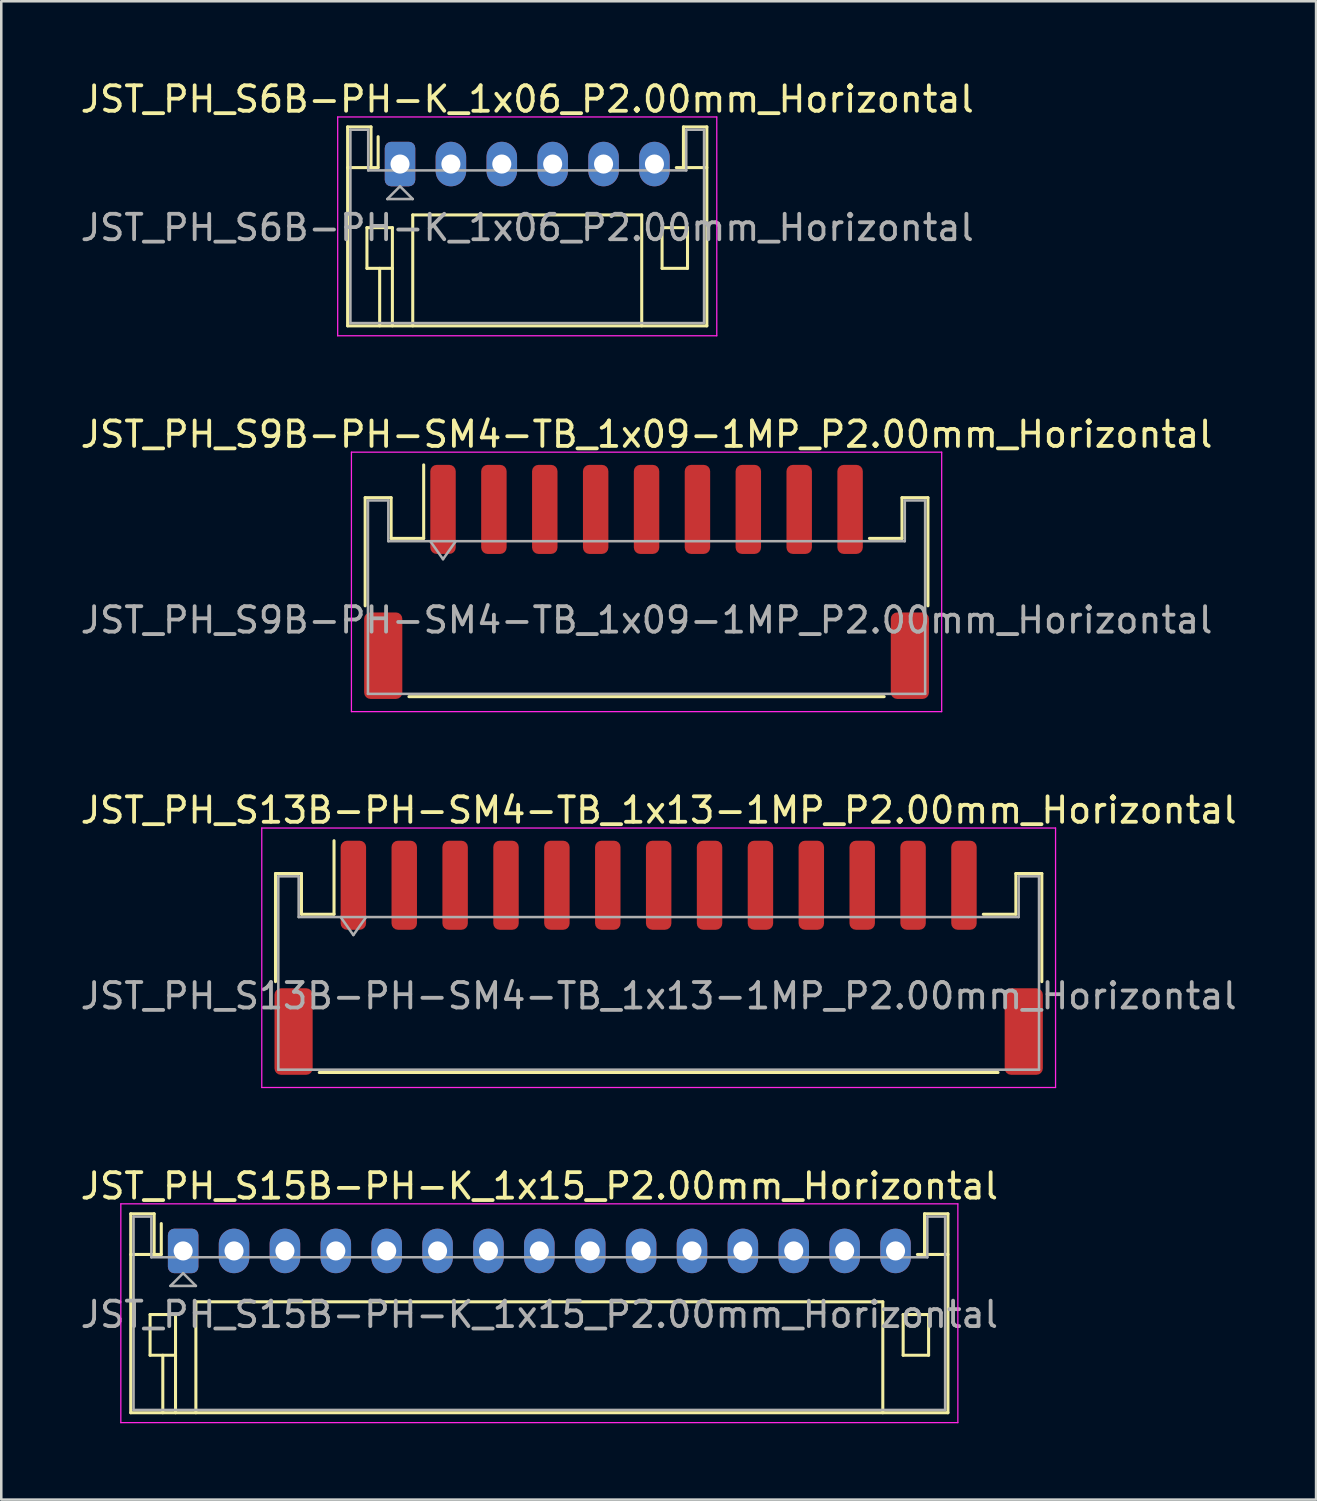
<source format=kicad_pcb>
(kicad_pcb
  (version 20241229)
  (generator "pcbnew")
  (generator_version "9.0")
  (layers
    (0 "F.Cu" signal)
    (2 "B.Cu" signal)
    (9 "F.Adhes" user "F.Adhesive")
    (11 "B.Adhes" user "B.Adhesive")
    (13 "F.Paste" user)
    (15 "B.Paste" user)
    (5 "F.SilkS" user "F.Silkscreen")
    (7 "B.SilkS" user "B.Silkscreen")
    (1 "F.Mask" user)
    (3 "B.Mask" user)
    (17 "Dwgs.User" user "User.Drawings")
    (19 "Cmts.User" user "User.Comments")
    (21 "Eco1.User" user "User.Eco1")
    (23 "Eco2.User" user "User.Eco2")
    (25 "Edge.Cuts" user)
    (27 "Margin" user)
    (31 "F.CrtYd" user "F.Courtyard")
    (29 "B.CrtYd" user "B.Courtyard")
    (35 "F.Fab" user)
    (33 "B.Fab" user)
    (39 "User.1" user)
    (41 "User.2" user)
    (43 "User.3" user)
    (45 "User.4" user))
  (footprint "JST_PH_S13B-PH-SM4-TB_1x13-1MP_P2.00mm_Horizontal"
    (layer "F.Cu")
    (at 22.839 34.595)
    (property "Reference" "JST_PH_S13B-PH-SM4-TB_1x13-1MP_P2.00mm_Horizontal" (at 0 -5.8 0) (layer "F.SilkS") (effects (font (size 1 1) (thickness 0.15))))
    (attr smd)
    (fp_line (start -15.06 -3.31) (end -14.04 -3.31) (stroke (width 0.12) (type solid)) (layer "F.SilkS"))
    (fp_line (start -15.06 0.94) (end -15.06 -3.31) (stroke (width 0.12) (type solid)) (layer "F.SilkS"))
    (fp_line (start -14.04 -3.31) (end -14.04 -1.71) (stroke (width 0.12) (type solid)) (layer "F.SilkS"))
    (fp_line (start -14.04 -1.71) (end -12.76 -1.71) (stroke (width 0.12) (type solid)) (layer "F.SilkS"))
    (fp_line (start -13.34 4.51) (end 13.34 4.51) (stroke (width 0.12) (type solid)) (layer "F.SilkS"))
    (fp_line (start -12.76 -1.71) (end -12.76 -4.6) (stroke (width 0.12) (type solid)) (layer "F.SilkS"))
    (fp_line (start 14.04 -3.31) (end 14.04 -1.71) (stroke (width 0.12) (type solid)) (layer "F.SilkS"))
    (fp_line (start 14.04 -1.71) (end 12.76 -1.71) (stroke (width 0.12) (type solid)) (layer "F.SilkS"))
    (fp_line (start 15.06 -3.31) (end 14.04 -3.31) (stroke (width 0.12) (type solid)) (layer "F.SilkS"))
    (fp_line (start 15.06 0.94) (end 15.06 -3.31) (stroke (width 0.12) (type solid)) (layer "F.SilkS"))
    (fp_line (start -15.6 -5.1) (end -15.6 5.1) (stroke (width 0.05) (type solid)) (layer "F.CrtYd"))
    (fp_line (start -15.6 5.1) (end 15.6 5.1) (stroke (width 0.05) (type solid)) (layer "F.CrtYd"))
    (fp_line (start 15.6 -5.1) (end -15.6 -5.1) (stroke (width 0.05) (type solid)) (layer "F.CrtYd"))
    (fp_line (start 15.6 5.1) (end 15.6 -5.1) (stroke (width 0.05) (type solid)) (layer "F.CrtYd"))
    (fp_line (start -14.95 -3.2) (end -14.95 4.4) (stroke (width 0.1) (type solid)) (layer "F.Fab"))
    (fp_line (start -14.95 -3.2) (end -14.15 -3.2) (stroke (width 0.1) (type solid)) (layer "F.Fab"))
    (fp_line (start -14.95 4.4) (end 14.95 4.4) (stroke (width 0.1) (type solid)) (layer "F.Fab"))
    (fp_line (start -14.15 -3.2) (end -14.15 -1.6) (stroke (width 0.1) (type solid)) (layer "F.Fab"))
    (fp_line (start -14.15 -1.6) (end 14.15 -1.6) (stroke (width 0.1) (type solid)) (layer "F.Fab"))
    (fp_line (start -12.5 -1.6) (end -12 -0.893) (stroke (width 0.1) (type solid)) (layer "F.Fab"))
    (fp_line (start -12 -0.893) (end -11.5 -1.6) (stroke (width 0.1) (type solid)) (layer "F.Fab"))
    (fp_line (start 14.15 -3.2) (end 14.95 -3.2) (stroke (width 0.1) (type solid)) (layer "F.Fab"))
    (fp_line (start 14.15 -1.6) (end 14.15 -3.2) (stroke (width 0.1) (type solid)) (layer "F.Fab"))
    (fp_line (start 14.95 -3.2) (end 14.95 4.4) (stroke (width 0.1) (type solid)) (layer "F.Fab"))
    (fp_text user "${REFERENCE}" (at 0 1.5 0) (layer "F.Fab") (effects (font (size 1 1) (thickness 0.15))))
    (pad "1" smd roundrect (at -12 -2.85) (size 1 3.5) (layers "F.Cu" "F.Mask" "F.Paste") (roundrect_rratio 0.25))
    (pad "2" smd roundrect (at -10 -2.85) (size 1 3.5) (layers "F.Cu" "F.Mask" "F.Paste") (roundrect_rratio 0.25))
    (pad "3" smd roundrect (at -8 -2.85) (size 1 3.5) (layers "F.Cu" "F.Mask" "F.Paste") (roundrect_rratio 0.25))
    (pad "4" smd roundrect (at -6 -2.85) (size 1 3.5) (layers "F.Cu" "F.Mask" "F.Paste") (roundrect_rratio 0.25))
    (pad "5" smd roundrect (at -4 -2.85) (size 1 3.5) (layers "F.Cu" "F.Mask" "F.Paste") (roundrect_rratio 0.25))
    (pad "6" smd roundrect (at -2 -2.85) (size 1 3.5) (layers "F.Cu" "F.Mask" "F.Paste") (roundrect_rratio 0.25))
    (pad "7" smd roundrect (at 0 -2.85) (size 1 3.5) (layers "F.Cu" "F.Mask" "F.Paste") (roundrect_rratio 0.25))
    (pad "8" smd roundrect (at 2 -2.85) (size 1 3.5) (layers "F.Cu" "F.Mask" "F.Paste") (roundrect_rratio 0.25))
    (pad "9" smd roundrect (at 4 -2.85) (size 1 3.5) (layers "F.Cu" "F.Mask" "F.Paste") (roundrect_rratio 0.25))
    (pad "10" smd roundrect (at 6 -2.85) (size 1 3.5) (layers "F.Cu" "F.Mask" "F.Paste") (roundrect_rratio 0.25))
    (pad "11" smd roundrect (at 8 -2.85) (size 1 3.5) (layers "F.Cu" "F.Mask" "F.Paste") (roundrect_rratio 0.25))
    (pad "12" smd roundrect (at 10 -2.85) (size 1 3.5) (layers "F.Cu" "F.Mask" "F.Paste") (roundrect_rratio 0.25))
    (pad "13" smd roundrect (at 12 -2.85) (size 1 3.5) (layers "F.Cu" "F.Mask" "F.Paste") (roundrect_rratio 0.25))
    (pad "MP" smd roundrect (at -14.35 2.9) (size 1.5 3.4) (layers "F.Cu" "F.Mask" "F.Paste") (roundrect_rratio 0.167))
    (pad "MP" smd roundrect (at 14.35 2.9) (size 1.5 3.4) (layers "F.Cu" "F.Mask" "F.Paste") (roundrect_rratio 0.167)))
  (footprint "JST_PH_S15B-PH-K_1x15_P2.00mm_Horizontal"
    (layer "F.Cu")
    (at 4.149 46.118)
    (property "Reference" "JST_PH_S15B-PH-K_1x15_P2.00mm_Horizontal" (at 14 -2.55 0) (layer "F.SilkS") (effects (font (size 1 1) (thickness 0.15))))
    (attr through_hole)
    (fp_line (start -2.06 -1.46) (end -2.06 6.36) (stroke (width 0.12) (type solid)) (layer "F.SilkS"))
    (fp_line (start -2.06 0.14) (end -1.14 0.14) (stroke (width 0.12) (type solid)) (layer "F.SilkS"))
    (fp_line (start -2.06 6.36) (end 30.06 6.36) (stroke (width 0.12) (type solid)) (layer "F.SilkS"))
    (fp_line (start -1.3 2.5) (end -1.3 4.1) (stroke (width 0.12) (type solid)) (layer "F.SilkS"))
    (fp_line (start -1.3 4.1) (end -0.3 4.1) (stroke (width 0.12) (type solid)) (layer "F.SilkS"))
    (fp_line (start -1.14 -1.46) (end -2.06 -1.46) (stroke (width 0.12) (type solid)) (layer "F.SilkS"))
    (fp_line (start -1.14 0.14) (end -1.14 -1.46) (stroke (width 0.12) (type solid)) (layer "F.SilkS"))
    (fp_line (start -0.86 0.14) (end -1.14 0.14) (stroke (width 0.12) (type solid)) (layer "F.SilkS"))
    (fp_line (start -0.86 0.14) (end -0.86 -1.075) (stroke (width 0.12) (type solid)) (layer "F.SilkS"))
    (fp_line (start -0.8 4.1) (end -0.8 6.36) (stroke (width 0.12) (type solid)) (layer "F.SilkS"))
    (fp_line (start -0.3 2.5) (end -1.3 2.5) (stroke (width 0.12) (type solid)) (layer "F.SilkS"))
    (fp_line (start -0.3 4.1) (end -0.3 2.5) (stroke (width 0.12) (type solid)) (layer "F.SilkS"))
    (fp_line (start -0.3 4.1) (end -0.3 6.36) (stroke (width 0.12) (type solid)) (layer "F.SilkS"))
    (fp_line (start 0.5 2) (end 27.5 2) (stroke (width 0.12) (type solid)) (layer "F.SilkS"))
    (fp_line (start 0.5 6.36) (end 0.5 2) (stroke (width 0.12) (type solid)) (layer "F.SilkS"))
    (fp_line (start 27.5 2) (end 27.5 6.36) (stroke (width 0.12) (type solid)) (layer "F.SilkS"))
    (fp_line (start 28.3 2.5) (end 29.3 2.5) (stroke (width 0.12) (type solid)) (layer "F.SilkS"))
    (fp_line (start 28.3 4.1) (end 28.3 2.5) (stroke (width 0.12) (type solid)) (layer "F.SilkS"))
    (fp_line (start 29.14 -1.46) (end 29.14 0.14) (stroke (width 0.12) (type solid)) (layer "F.SilkS"))
    (fp_line (start 29.14 0.14) (end 28.86 0.14) (stroke (width 0.12) (type solid)) (layer "F.SilkS"))
    (fp_line (start 29.3 2.5) (end 29.3 4.1) (stroke (width 0.12) (type solid)) (layer "F.SilkS"))
    (fp_line (start 29.3 4.1) (end 28.3 4.1) (stroke (width 0.12) (type solid)) (layer "F.SilkS"))
    (fp_line (start 30.06 -1.46) (end 29.14 -1.46) (stroke (width 0.12) (type solid)) (layer "F.SilkS"))
    (fp_line (start 30.06 0.14) (end 29.14 0.14) (stroke (width 0.12) (type solid)) (layer "F.SilkS"))
    (fp_line (start 30.06 6.36) (end 30.06 -1.46) (stroke (width 0.12) (type solid)) (layer "F.SilkS"))
    (fp_line (start -2.45 -1.85) (end -2.45 6.75) (stroke (width 0.05) (type solid)) (layer "F.CrtYd"))
    (fp_line (start -2.45 6.75) (end 30.45 6.75) (stroke (width 0.05) (type solid)) (layer "F.CrtYd"))
    (fp_line (start 30.45 -1.85) (end -2.45 -1.85) (stroke (width 0.05) (type solid)) (layer "F.CrtYd"))
    (fp_line (start 30.45 6.75) (end 30.45 -1.85) (stroke (width 0.05) (type solid)) (layer "F.CrtYd"))
    (fp_line (start -1.95 -1.35) (end -1.95 6.25) (stroke (width 0.1) (type solid)) (layer "F.Fab"))
    (fp_line (start -1.95 6.25) (end 29.95 6.25) (stroke (width 0.1) (type solid)) (layer "F.Fab"))
    (fp_line (start -1.25 -1.35) (end -1.95 -1.35) (stroke (width 0.1) (type solid)) (layer "F.Fab"))
    (fp_line (start -1.25 0.25) (end -1.25 -1.35) (stroke (width 0.1) (type solid)) (layer "F.Fab"))
    (fp_line (start -0.5 1.375) (end 0.5 1.375) (stroke (width 0.1) (type solid)) (layer "F.Fab"))
    (fp_line (start 0 0.875) (end -0.5 1.375) (stroke (width 0.1) (type solid)) (layer "F.Fab"))
    (fp_line (start 0.5 1.375) (end 0 0.875) (stroke (width 0.1) (type solid)) (layer "F.Fab"))
    (fp_line (start 29.25 -1.35) (end 29.25 0.25) (stroke (width 0.1) (type solid)) (layer "F.Fab"))
    (fp_line (start 29.25 0.25) (end -1.25 0.25) (stroke (width 0.1) (type solid)) (layer "F.Fab"))
    (fp_line (start 29.95 -1.35) (end 29.25 -1.35) (stroke (width 0.1) (type solid)) (layer "F.Fab"))
    (fp_line (start 29.95 6.25) (end 29.95 -1.35) (stroke (width 0.1) (type solid)) (layer "F.Fab"))
    (fp_text user "${REFERENCE}" (at 14 2.5 0) (layer "F.Fab") (effects (font (size 1 1) (thickness 0.15))))
    (pad "1" thru_hole roundrect (at 0 0) (size 1.2 1.75) (drill 0.75) (layers "*.Cu" "*.Mask") (roundrect_rratio 0.208))
    (pad "2" thru_hole oval (at 2 0) (size 1.2 1.75) (drill 0.75) (layers "*.Cu" "*.Mask"))
    (pad "3" thru_hole oval (at 4 0) (size 1.2 1.75) (drill 0.75) (layers "*.Cu" "*.Mask"))
    (pad "4" thru_hole oval (at 6 0) (size 1.2 1.75) (drill 0.75) (layers "*.Cu" "*.Mask"))
    (pad "5" thru_hole oval (at 8 0) (size 1.2 1.75) (drill 0.75) (layers "*.Cu" "*.Mask"))
    (pad "6" thru_hole oval (at 10 0) (size 1.2 1.75) (drill 0.75) (layers "*.Cu" "*.Mask"))
    (pad "7" thru_hole oval (at 12 0) (size 1.2 1.75) (drill 0.75) (layers "*.Cu" "*.Mask"))
    (pad "8" thru_hole oval (at 14 0) (size 1.2 1.75) (drill 0.75) (layers "*.Cu" "*.Mask"))
    (pad "9" thru_hole oval (at 16 0) (size 1.2 1.75) (drill 0.75) (layers "*.Cu" "*.Mask"))
    (pad "10" thru_hole oval (at 18 0) (size 1.2 1.75) (drill 0.75) (layers "*.Cu" "*.Mask"))
    (pad "11" thru_hole oval (at 20 0) (size 1.2 1.75) (drill 0.75) (layers "*.Cu" "*.Mask"))
    (pad "12" thru_hole oval (at 22 0) (size 1.2 1.75) (drill 0.75) (layers "*.Cu" "*.Mask"))
    (pad "13" thru_hole oval (at 24 0) (size 1.2 1.75) (drill 0.75) (layers "*.Cu" "*.Mask"))
    (pad "14" thru_hole oval (at 26 0) (size 1.2 1.75) (drill 0.75) (layers "*.Cu" "*.Mask"))
    (pad "15" thru_hole oval (at 28 0) (size 1.2 1.75) (drill 0.75) (layers "*.Cu" "*.Mask")))
  (footprint "JST_PH_S9B-PH-SM4-TB_1x09-1MP_P2.00mm_Horizontal"
    (layer "F.Cu")
    (at 22.363 19.822)
    (property "Reference" "JST_PH_S9B-PH-SM4-TB_1x09-1MP_P2.00mm_Horizontal" (at 0 -5.8 0) (layer "F.SilkS") (effects (font (size 1 1) (thickness 0.15))))
    (attr smd)
    (fp_line (start -11.06 -3.31) (end -10.04 -3.31) (stroke (width 0.12) (type solid)) (layer "F.SilkS"))
    (fp_line (start -11.06 0.94) (end -11.06 -3.31) (stroke (width 0.12) (type solid)) (layer "F.SilkS"))
    (fp_line (start -10.04 -3.31) (end -10.04 -1.71) (stroke (width 0.12) (type solid)) (layer "F.SilkS"))
    (fp_line (start -10.04 -1.71) (end -8.76 -1.71) (stroke (width 0.12) (type solid)) (layer "F.SilkS"))
    (fp_line (start -9.34 4.51) (end 9.34 4.51) (stroke (width 0.12) (type solid)) (layer "F.SilkS"))
    (fp_line (start -8.76 -1.71) (end -8.76 -4.6) (stroke (width 0.12) (type solid)) (layer "F.SilkS"))
    (fp_line (start 10.04 -3.31) (end 10.04 -1.71) (stroke (width 0.12) (type solid)) (layer "F.SilkS"))
    (fp_line (start 10.04 -1.71) (end 8.76 -1.71) (stroke (width 0.12) (type solid)) (layer "F.SilkS"))
    (fp_line (start 11.06 -3.31) (end 10.04 -3.31) (stroke (width 0.12) (type solid)) (layer "F.SilkS"))
    (fp_line (start 11.06 0.94) (end 11.06 -3.31) (stroke (width 0.12) (type solid)) (layer "F.SilkS"))
    (fp_line (start -11.6 -5.1) (end -11.6 5.1) (stroke (width 0.05) (type solid)) (layer "F.CrtYd"))
    (fp_line (start -11.6 5.1) (end 11.6 5.1) (stroke (width 0.05) (type solid)) (layer "F.CrtYd"))
    (fp_line (start 11.6 -5.1) (end -11.6 -5.1) (stroke (width 0.05) (type solid)) (layer "F.CrtYd"))
    (fp_line (start 11.6 5.1) (end 11.6 -5.1) (stroke (width 0.05) (type solid)) (layer "F.CrtYd"))
    (fp_line (start -10.95 -3.2) (end -10.95 4.4) (stroke (width 0.1) (type solid)) (layer "F.Fab"))
    (fp_line (start -10.95 -3.2) (end -10.15 -3.2) (stroke (width 0.1) (type solid)) (layer "F.Fab"))
    (fp_line (start -10.95 4.4) (end 10.95 4.4) (stroke (width 0.1) (type solid)) (layer "F.Fab"))
    (fp_line (start -10.15 -3.2) (end -10.15 -1.6) (stroke (width 0.1) (type solid)) (layer "F.Fab"))
    (fp_line (start -10.15 -1.6) (end 10.15 -1.6) (stroke (width 0.1) (type solid)) (layer "F.Fab"))
    (fp_line (start -8.5 -1.6) (end -8 -0.893) (stroke (width 0.1) (type solid)) (layer "F.Fab"))
    (fp_line (start -8 -0.893) (end -7.5 -1.6) (stroke (width 0.1) (type solid)) (layer "F.Fab"))
    (fp_line (start 10.15 -3.2) (end 10.95 -3.2) (stroke (width 0.1) (type solid)) (layer "F.Fab"))
    (fp_line (start 10.15 -1.6) (end 10.15 -3.2) (stroke (width 0.1) (type solid)) (layer "F.Fab"))
    (fp_line (start 10.95 -3.2) (end 10.95 4.4) (stroke (width 0.1) (type solid)) (layer "F.Fab"))
    (fp_text user "${REFERENCE}" (at 0 1.5 0) (layer "F.Fab") (effects (font (size 1 1) (thickness 0.15))))
    (pad "1" smd roundrect (at -8 -2.85) (size 1 3.5) (layers "F.Cu" "F.Mask" "F.Paste") (roundrect_rratio 0.25))
    (pad "2" smd roundrect (at -6 -2.85) (size 1 3.5) (layers "F.Cu" "F.Mask" "F.Paste") (roundrect_rratio 0.25))
    (pad "3" smd roundrect (at -4 -2.85) (size 1 3.5) (layers "F.Cu" "F.Mask" "F.Paste") (roundrect_rratio 0.25))
    (pad "4" smd roundrect (at -2 -2.85) (size 1 3.5) (layers "F.Cu" "F.Mask" "F.Paste") (roundrect_rratio 0.25))
    (pad "5" smd roundrect (at 0 -2.85) (size 1 3.5) (layers "F.Cu" "F.Mask" "F.Paste") (roundrect_rratio 0.25))
    (pad "6" smd roundrect (at 2 -2.85) (size 1 3.5) (layers "F.Cu" "F.Mask" "F.Paste") (roundrect_rratio 0.25))
    (pad "7" smd roundrect (at 4 -2.85) (size 1 3.5) (layers "F.Cu" "F.Mask" "F.Paste") (roundrect_rratio 0.25))
    (pad "8" smd roundrect (at 6 -2.85) (size 1 3.5) (layers "F.Cu" "F.Mask" "F.Paste") (roundrect_rratio 0.25))
    (pad "9" smd roundrect (at 8 -2.85) (size 1 3.5) (layers "F.Cu" "F.Mask" "F.Paste") (roundrect_rratio 0.25))
    (pad "MP" smd roundrect (at -10.35 2.9) (size 1.5 3.4) (layers "F.Cu" "F.Mask" "F.Paste") (roundrect_rratio 0.167))
    (pad "MP" smd roundrect (at 10.35 2.9) (size 1.5 3.4) (layers "F.Cu" "F.Mask" "F.Paste") (roundrect_rratio 0.167)))
  (footprint "JST_PH_S6B-PH-K_1x06_P2.00mm_Horizontal"
    (layer "F.Cu")
    (at 12.673 3.398)
    (property "Reference" "JST_PH_S6B-PH-K_1x06_P2.00mm_Horizontal" (at 5 -2.55 0) (layer "F.SilkS") (effects (font (size 1 1) (thickness 0.15))))
    (attr through_hole)
    (fp_line (start -2.06 -1.46) (end -2.06 6.36) (stroke (width 0.12) (type solid)) (layer "F.SilkS"))
    (fp_line (start -2.06 0.14) (end -1.14 0.14) (stroke (width 0.12) (type solid)) (layer "F.SilkS"))
    (fp_line (start -2.06 6.36) (end 12.06 6.36) (stroke (width 0.12) (type solid)) (layer "F.SilkS"))
    (fp_line (start -1.3 2.5) (end -1.3 4.1) (stroke (width 0.12) (type solid)) (layer "F.SilkS"))
    (fp_line (start -1.3 4.1) (end -0.3 4.1) (stroke (width 0.12) (type solid)) (layer "F.SilkS"))
    (fp_line (start -1.14 -1.46) (end -2.06 -1.46) (stroke (width 0.12) (type solid)) (layer "F.SilkS"))
    (fp_line (start -1.14 0.14) (end -1.14 -1.46) (stroke (width 0.12) (type solid)) (layer "F.SilkS"))
    (fp_line (start -0.86 0.14) (end -1.14 0.14) (stroke (width 0.12) (type solid)) (layer "F.SilkS"))
    (fp_line (start -0.86 0.14) (end -0.86 -1.075) (stroke (width 0.12) (type solid)) (layer "F.SilkS"))
    (fp_line (start -0.8 4.1) (end -0.8 6.36) (stroke (width 0.12) (type solid)) (layer "F.SilkS"))
    (fp_line (start -0.3 2.5) (end -1.3 2.5) (stroke (width 0.12) (type solid)) (layer "F.SilkS"))
    (fp_line (start -0.3 4.1) (end -0.3 2.5) (stroke (width 0.12) (type solid)) (layer "F.SilkS"))
    (fp_line (start -0.3 4.1) (end -0.3 6.36) (stroke (width 0.12) (type solid)) (layer "F.SilkS"))
    (fp_line (start 0.5 2) (end 9.5 2) (stroke (width 0.12) (type solid)) (layer "F.SilkS"))
    (fp_line (start 0.5 6.36) (end 0.5 2) (stroke (width 0.12) (type solid)) (layer "F.SilkS"))
    (fp_line (start 9.5 2) (end 9.5 6.36) (stroke (width 0.12) (type solid)) (layer "F.SilkS"))
    (fp_line (start 10.3 2.5) (end 11.3 2.5) (stroke (width 0.12) (type solid)) (layer "F.SilkS"))
    (fp_line (start 10.3 4.1) (end 10.3 2.5) (stroke (width 0.12) (type solid)) (layer "F.SilkS"))
    (fp_line (start 11.14 -1.46) (end 11.14 0.14) (stroke (width 0.12) (type solid)) (layer "F.SilkS"))
    (fp_line (start 11.14 0.14) (end 10.86 0.14) (stroke (width 0.12) (type solid)) (layer "F.SilkS"))
    (fp_line (start 11.3 2.5) (end 11.3 4.1) (stroke (width 0.12) (type solid)) (layer "F.SilkS"))
    (fp_line (start 11.3 4.1) (end 10.3 4.1) (stroke (width 0.12) (type solid)) (layer "F.SilkS"))
    (fp_line (start 12.06 -1.46) (end 11.14 -1.46) (stroke (width 0.12) (type solid)) (layer "F.SilkS"))
    (fp_line (start 12.06 0.14) (end 11.14 0.14) (stroke (width 0.12) (type solid)) (layer "F.SilkS"))
    (fp_line (start 12.06 6.36) (end 12.06 -1.46) (stroke (width 0.12) (type solid)) (layer "F.SilkS"))
    (fp_line (start -2.45 -1.85) (end -2.45 6.75) (stroke (width 0.05) (type solid)) (layer "F.CrtYd"))
    (fp_line (start -2.45 6.75) (end 12.45 6.75) (stroke (width 0.05) (type solid)) (layer "F.CrtYd"))
    (fp_line (start 12.45 -1.85) (end -2.45 -1.85) (stroke (width 0.05) (type solid)) (layer "F.CrtYd"))
    (fp_line (start 12.45 6.75) (end 12.45 -1.85) (stroke (width 0.05) (type solid)) (layer "F.CrtYd"))
    (fp_line (start -1.95 -1.35) (end -1.95 6.25) (stroke (width 0.1) (type solid)) (layer "F.Fab"))
    (fp_line (start -1.95 6.25) (end 11.95 6.25) (stroke (width 0.1) (type solid)) (layer "F.Fab"))
    (fp_line (start -1.25 -1.35) (end -1.95 -1.35) (stroke (width 0.1) (type solid)) (layer "F.Fab"))
    (fp_line (start -1.25 0.25) (end -1.25 -1.35) (stroke (width 0.1) (type solid)) (layer "F.Fab"))
    (fp_line (start -0.5 1.375) (end 0.5 1.375) (stroke (width 0.1) (type solid)) (layer "F.Fab"))
    (fp_line (start 0 0.875) (end -0.5 1.375) (stroke (width 0.1) (type solid)) (layer "F.Fab"))
    (fp_line (start 0.5 1.375) (end 0 0.875) (stroke (width 0.1) (type solid)) (layer "F.Fab"))
    (fp_line (start 11.25 -1.35) (end 11.25 0.25) (stroke (width 0.1) (type solid)) (layer "F.Fab"))
    (fp_line (start 11.25 0.25) (end -1.25 0.25) (stroke (width 0.1) (type solid)) (layer "F.Fab"))
    (fp_line (start 11.95 -1.35) (end 11.25 -1.35) (stroke (width 0.1) (type solid)) (layer "F.Fab"))
    (fp_line (start 11.95 6.25) (end 11.95 -1.35) (stroke (width 0.1) (type solid)) (layer "F.Fab"))
    (fp_text user "${REFERENCE}" (at 5 2.5 0) (layer "F.Fab") (effects (font (size 1 1) (thickness 0.15))))
    (pad "1" thru_hole roundrect (at 0 0) (size 1.2 1.75) (drill 0.75) (layers "*.Cu" "*.Mask") (roundrect_rratio 0.208))
    (pad "2" thru_hole oval (at 2 0) (size 1.2 1.75) (drill 0.75) (layers "*.Cu" "*.Mask"))
    (pad "3" thru_hole oval (at 4 0) (size 1.2 1.75) (drill 0.75) (layers "*.Cu" "*.Mask"))
    (pad "4" thru_hole oval (at 6 0) (size 1.2 1.75) (drill 0.75) (layers "*.Cu" "*.Mask"))
    (pad "5" thru_hole oval (at 8 0) (size 1.2 1.75) (drill 0.75) (layers "*.Cu" "*.Mask"))
    (pad "6" thru_hole oval (at 10 0) (size 1.2 1.75) (drill 0.75) (layers "*.Cu" "*.Mask")))
  (gr_rect
    (start -3 -3)
    (end 48.679 55.893)
    (stroke (width 0.1) (type default))
    (fill no)
    (layer "Edge.Cuts")))
</source>
